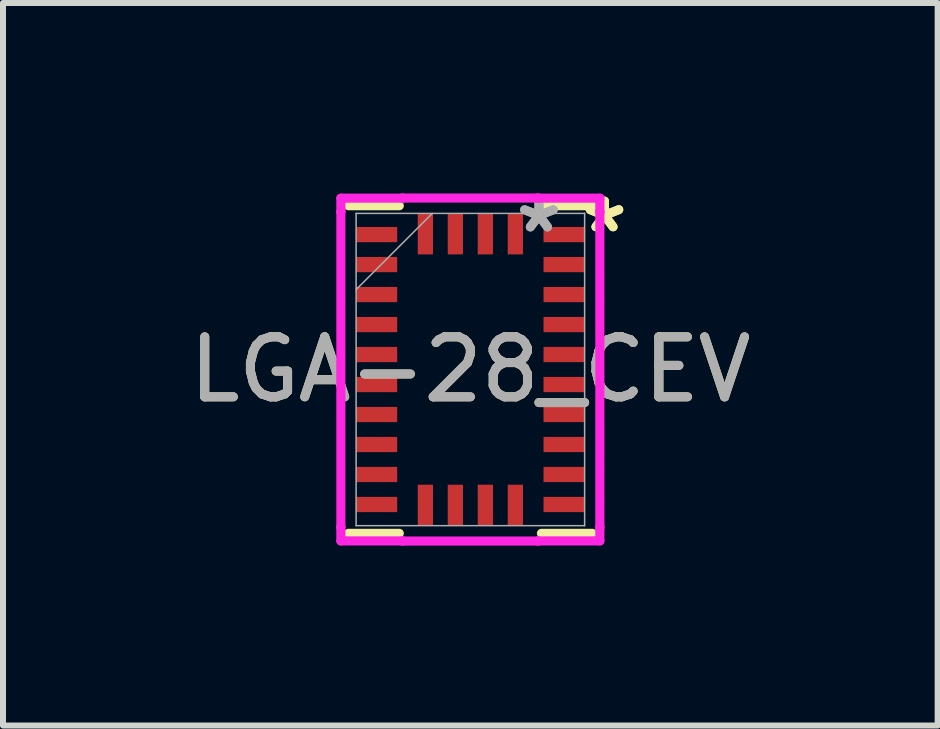
<source format=kicad_pcb>
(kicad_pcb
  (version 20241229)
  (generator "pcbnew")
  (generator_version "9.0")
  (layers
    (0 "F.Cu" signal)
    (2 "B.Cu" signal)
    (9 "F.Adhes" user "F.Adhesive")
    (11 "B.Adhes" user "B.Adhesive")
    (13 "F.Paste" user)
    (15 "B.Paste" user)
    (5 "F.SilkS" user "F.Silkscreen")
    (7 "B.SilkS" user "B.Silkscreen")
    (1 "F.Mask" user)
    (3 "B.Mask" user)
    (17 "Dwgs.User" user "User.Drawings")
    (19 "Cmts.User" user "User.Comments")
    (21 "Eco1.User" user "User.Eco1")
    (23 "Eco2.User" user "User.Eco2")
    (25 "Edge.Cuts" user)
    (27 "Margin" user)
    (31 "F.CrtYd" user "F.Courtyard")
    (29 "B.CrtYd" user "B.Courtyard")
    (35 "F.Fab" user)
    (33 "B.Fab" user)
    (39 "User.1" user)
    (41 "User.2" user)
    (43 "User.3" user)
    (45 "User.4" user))
  (footprint "LGA-28_CEV"
    (layer "F.Cu")
    (at 4.792 3.111)
    (property "Reference" "LGA-28_CEV" (at 0 0 0) (unlocked yes) (layer "F.SilkS") (effects (font (size 1 1) (thickness 0.15))))
    (attr smd)
    (fp_line (start -2.032 2.731) (end -1.185 2.731) (stroke (width 0.152) (type solid)) (layer "F.SilkS"))
    (fp_line (start -1.185 -2.731) (end -2.032 -2.731) (stroke (width 0.152) (type solid)) (layer "F.SilkS"))
    (fp_line (start 1.185 2.731) (end 2.032 2.731) (stroke (width 0.152) (type solid)) (layer "F.SilkS"))
    (fp_line (start 2.032 -2.731) (end 1.185 -2.731) (stroke (width 0.152) (type solid)) (layer "F.SilkS"))
    (fp_line (start -2.159 -2.631) (end -2.159 -2.631) (stroke (width 0.152) (type solid)) (layer "F.CrtYd"))
    (fp_line (start -2.159 2.631) (end -2.159 -2.631) (stroke (width 0.152) (type solid)) (layer "F.CrtYd"))
    (fp_line (start -2.159 -2.857) (end -1.131 -2.857) (stroke (width 0.152) (type solid)) (layer "F.CrtYd"))
    (fp_line (start -2.159 -2.631) (end -2.159 -2.857) (stroke (width 0.152) (type solid)) (layer "F.CrtYd"))
    (fp_line (start -2.159 2.631) (end -2.159 2.631) (stroke (width 0.152) (type solid)) (layer "F.CrtYd"))
    (fp_line (start -2.159 2.857) (end -2.159 2.631) (stroke (width 0.152) (type solid)) (layer "F.CrtYd"))
    (fp_line (start -1.131 -2.859) (end 1.131 -2.859) (stroke (width 0.152) (type solid)) (layer "F.CrtYd"))
    (fp_line (start -1.131 -2.857) (end -1.131 -2.859) (stroke (width 0.152) (type solid)) (layer "F.CrtYd"))
    (fp_line (start -1.131 2.857) (end -2.159 2.857) (stroke (width 0.152) (type solid)) (layer "F.CrtYd"))
    (fp_line (start -1.131 2.859) (end -1.131 2.857) (stroke (width 0.152) (type solid)) (layer "F.CrtYd"))
    (fp_line (start 1.131 -2.859) (end 1.131 -2.857) (stroke (width 0.152) (type solid)) (layer "F.CrtYd"))
    (fp_line (start 1.131 -2.857) (end 2.159 -2.857) (stroke (width 0.152) (type solid)) (layer "F.CrtYd"))
    (fp_line (start 1.131 2.857) (end 1.131 2.859) (stroke (width 0.152) (type solid)) (layer "F.CrtYd"))
    (fp_line (start 1.131 2.859) (end -1.131 2.859) (stroke (width 0.152) (type solid)) (layer "F.CrtYd"))
    (fp_line (start 2.159 -2.857) (end 2.159 -2.631) (stroke (width 0.152) (type solid)) (layer "F.CrtYd"))
    (fp_line (start 2.159 -2.631) (end 2.159 -2.631) (stroke (width 0.152) (type solid)) (layer "F.CrtYd"))
    (fp_line (start 2.159 2.631) (end 2.159 2.857) (stroke (width 0.152) (type solid)) (layer "F.CrtYd"))
    (fp_line (start 2.159 2.857) (end 1.131 2.857) (stroke (width 0.152) (type solid)) (layer "F.CrtYd"))
    (fp_line (start 2.159 -2.631) (end 2.159 2.631) (stroke (width 0.152) (type solid)) (layer "F.CrtYd"))
    (fp_line (start 2.159 2.631) (end 2.159 2.631) (stroke (width 0.152) (type solid)) (layer "F.CrtYd"))
    (fp_line (start -1.905 -2.603) (end -1.905 2.603) (stroke (width 0.025) (type solid)) (layer "F.Fab"))
    (fp_line (start -1.905 -1.333) (end -0.635 -2.603) (stroke (width 0.025) (type solid)) (layer "F.Fab"))
    (fp_line (start -1.905 2.603) (end 1.905 2.603) (stroke (width 0.025) (type solid)) (layer "F.Fab"))
    (fp_line (start 1.905 -2.603) (end -1.905 -2.603) (stroke (width 0.025) (type solid)) (layer "F.Fab"))
    (fp_line (start 1.905 2.603) (end 1.905 -2.603) (stroke (width 0.025) (type solid)) (layer "F.Fab"))
    (fp_text user "*" (at 2.236 -2.263 0) (unlocked yes) (layer "F.SilkS") (effects (font (size 1 1) (thickness 0.15))))
    (fp_text user "*" (at 2.236 -2.263 0) (layer "F.SilkS") (effects (font (size 1 1) (thickness 0.15))))
    (fp_text user "${REFERENCE}" (at 0 0 0) (unlocked yes) (layer "F.Fab") (effects (font (size 1 1) (thickness 0.15))))
    (fp_text user "*" (at 1.143 -2.261 0) (layer "F.Fab") (effects (font (size 1 1) (thickness 0.15))))
    (fp_text user "*" (at 1.143 -2.261 0) (unlocked yes) (layer "F.Fab") (effects (font (size 1 1) (thickness 0.15))))
    (pad "1" smd rect (at 1.563 -2.25) (size 0.686 0.254) (layers "F.Cu" "F.Mask" "F.Paste"))
    (pad "2" smd rect (at 0.75 -2.263 90) (size 0.686 0.254) (layers "F.Cu" "F.Mask" "F.Paste"))
    (pad "3" smd rect (at 0.25 -2.263 90) (size 0.686 0.254) (layers "F.Cu" "F.Mask" "F.Paste"))
    (pad "4" smd rect (at -0.25 -2.263 90) (size 0.686 0.254) (layers "F.Cu" "F.Mask" "F.Paste"))
    (pad "5" smd rect (at -0.75 -2.263 90) (size 0.686 0.254) (layers "F.Cu" "F.Mask" "F.Paste"))
    (pad "6" smd rect (at -1.563 -2.25) (size 0.686 0.254) (layers "F.Cu" "F.Mask" "F.Paste"))
    (pad "7" smd rect (at -1.563 -1.75) (size 0.686 0.254) (layers "F.Cu" "F.Mask" "F.Paste"))
    (pad "8" smd rect (at -1.563 -1.25) (size 0.686 0.254) (layers "F.Cu" "F.Mask" "F.Paste"))
    (pad "9" smd rect (at -1.563 -0.75) (size 0.686 0.254) (layers "F.Cu" "F.Mask" "F.Paste"))
    (pad "10" smd rect (at -1.563 -0.25) (size 0.686 0.254) (layers "F.Cu" "F.Mask" "F.Paste"))
    (pad "11" smd rect (at -1.563 0.25) (size 0.686 0.254) (layers "F.Cu" "F.Mask" "F.Paste"))
    (pad "12" smd rect (at -1.563 0.75) (size 0.686 0.254) (layers "F.Cu" "F.Mask" "F.Paste"))
    (pad "13" smd rect (at -1.563 1.25) (size 0.686 0.254) (layers "F.Cu" "F.Mask" "F.Paste"))
    (pad "14" smd rect (at -1.563 1.75) (size 0.686 0.254) (layers "F.Cu" "F.Mask" "F.Paste"))
    (pad "15" smd rect (at -1.563 2.25) (size 0.686 0.254) (layers "F.Cu" "F.Mask" "F.Paste"))
    (pad "16" smd rect (at -0.75 2.263 90) (size 0.686 0.254) (layers "F.Cu" "F.Mask" "F.Paste"))
    (pad "17" smd rect (at -0.25 2.263 90) (size 0.686 0.254) (layers "F.Cu" "F.Mask" "F.Paste"))
    (pad "18" smd rect (at 0.25 2.263 90) (size 0.686 0.254) (layers "F.Cu" "F.Mask" "F.Paste"))
    (pad "19" smd rect (at 0.75 2.263 90) (size 0.686 0.254) (layers "F.Cu" "F.Mask" "F.Paste"))
    (pad "20" smd rect (at 1.563 2.25) (size 0.686 0.254) (layers "F.Cu" "F.Mask" "F.Paste"))
    (pad "21" smd rect (at 1.563 1.75) (size 0.686 0.254) (layers "F.Cu" "F.Mask" "F.Paste"))
    (pad "22" smd rect (at 1.563 1.25) (size 0.686 0.254) (layers "F.Cu" "F.Mask" "F.Paste"))
    (pad "23" smd rect (at 1.563 0.75) (size 0.686 0.254) (layers "F.Cu" "F.Mask" "F.Paste"))
    (pad "24" smd rect (at 1.563 0.25) (size 0.686 0.254) (layers "F.Cu" "F.Mask" "F.Paste"))
    (pad "25" smd rect (at 1.563 -0.25) (size 0.686 0.254) (layers "F.Cu" "F.Mask" "F.Paste"))
    (pad "26" smd rect (at 1.563 -0.75) (size 0.686 0.254) (layers "F.Cu" "F.Mask" "F.Paste"))
    (pad "27" smd rect (at 1.563 -1.25) (size 0.686 0.254) (layers "F.Cu" "F.Mask" "F.Paste"))
    (pad "28" smd rect (at 1.563 -1.75) (size 0.686 0.254) (layers "F.Cu" "F.Mask" "F.Paste")))
  (gr_rect
    (start -3 -3)
    (end 12.583 9.046)
    (stroke (width 0.1) (type default))
    (fill no)
    (layer "Edge.Cuts")))
</source>
